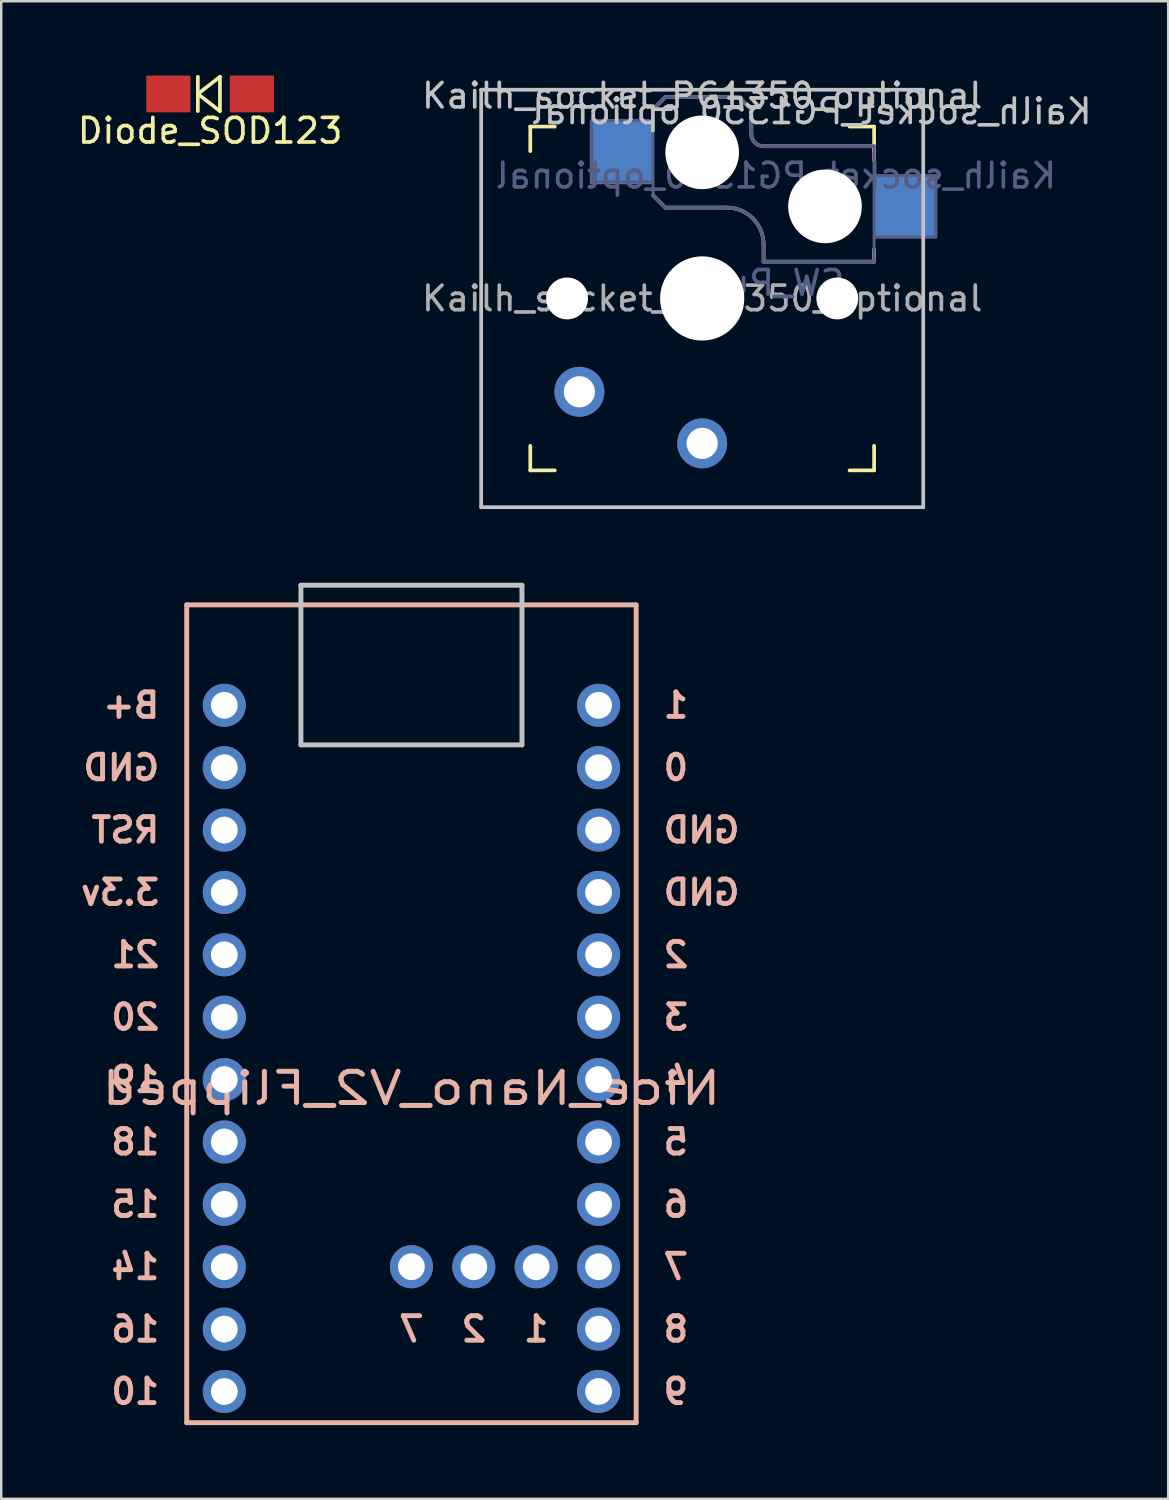
<source format=kicad_pcb>
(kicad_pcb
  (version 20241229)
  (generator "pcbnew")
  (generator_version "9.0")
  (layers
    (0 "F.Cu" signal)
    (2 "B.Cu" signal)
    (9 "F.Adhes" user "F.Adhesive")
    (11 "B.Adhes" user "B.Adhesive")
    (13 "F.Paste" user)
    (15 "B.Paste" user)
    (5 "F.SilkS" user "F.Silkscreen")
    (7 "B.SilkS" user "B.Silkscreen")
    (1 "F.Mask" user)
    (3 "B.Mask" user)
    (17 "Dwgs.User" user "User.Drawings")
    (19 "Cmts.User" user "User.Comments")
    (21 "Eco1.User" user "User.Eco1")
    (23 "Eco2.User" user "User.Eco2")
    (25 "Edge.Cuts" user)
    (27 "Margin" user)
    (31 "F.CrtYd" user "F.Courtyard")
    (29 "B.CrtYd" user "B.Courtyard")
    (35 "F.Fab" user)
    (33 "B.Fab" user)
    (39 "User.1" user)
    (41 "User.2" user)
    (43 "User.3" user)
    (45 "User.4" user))
  (footprint "Diode_SOD123"
    (placed yes)
    (layer "F.Cu")
    (at 5.506 0.775)
    (property "Reference" "Diode_SOD123" (at 0 1.5 0) (layer "F.SilkS") (effects (font (size 1 1) (thickness 0.15))))
    (attr through_hole)
    (fp_line (start -0.5 -0.7) (end -0.5 0.7) (stroke (width 0.15) (type solid)) (layer "F.SilkS"))
    (fp_line (start -0.5 0) (end 0.4 -0.7) (stroke (width 0.15) (type solid)) (layer "F.SilkS"))
    (fp_line (start 0.4 -0.7) (end 0.4 0.7) (stroke (width 0.15) (type solid)) (layer "F.SilkS"))
    (fp_line (start 0.4 0.7) (end -0.5 0) (stroke (width 0.15) (type solid)) (layer "F.SilkS"))
    (pad "1" smd rect (at -1.7 0) (size 1.8 1.5) (layers "F.Cu" "F.Mask" "F.Paste"))
    (pad "2" smd rect (at 1.7 0) (size 1.8 1.5) (layers "F.Cu" "F.Mask" "F.Paste")))
  (footprint "Kailh_socket_PG1350_optional"
    (layer "F.Cu")
    (at 25.542 9.103)
    (property "Reference" "Kailh_socket_PG1350_optional" (at 0 -8.255 0) (layer "Dwgs.User") (effects (font (size 1 1) (thickness 0.15))))
    (property "Value" "SW_Push" (at 0 8.25 0) (layer "F.Fab") (hide yes) (effects (font (size 1 1) (thickness 0.15))))
    (attr through_hole)
    (fp_line (start -7 -6) (end -7 -7) (stroke (width 0.15) (type solid)) (layer "F.SilkS"))
    (fp_line (start -7 7) (end -7 6) (stroke (width 0.15) (type solid)) (layer "F.SilkS"))
    (fp_line (start -7 7) (end -6 7) (stroke (width 0.15) (type solid)) (layer "F.SilkS"))
    (fp_line (start -6 -7) (end -7 -7) (stroke (width 0.15) (type solid)) (layer "F.SilkS"))
    (fp_line (start 6 7) (end 7 7) (stroke (width 0.15) (type solid)) (layer "F.SilkS"))
    (fp_line (start 7 -7) (end 6 -7) (stroke (width 0.15) (type solid)) (layer "F.SilkS"))
    (fp_line (start 7 -7) (end 7 -6) (stroke (width 0.15) (type solid)) (layer "F.SilkS"))
    (fp_line (start 7 6) (end 7 7) (stroke (width 0.15) (type solid)) (layer "F.SilkS"))
    (fp_line (start -2 -7.7) (end -1.5 -8.2) (stroke (width 0.15) (type solid)) (layer "B.SilkS"))
    (fp_line (start -2 -4.2) (end -1.5 -3.7) (stroke (width 0.15) (type solid)) (layer "B.SilkS"))
    (fp_line (start -1.5 -8.2) (end 1.5 -8.2) (stroke (width 0.15) (type solid)) (layer "B.SilkS"))
    (fp_line (start -1.5 -3.7) (end 1 -3.7) (stroke (width 0.15) (type solid)) (layer "B.SilkS"))
    (fp_line (start 1.5 -8.2) (end 2 -7.7) (stroke (width 0.15) (type solid)) (layer "B.SilkS"))
    (fp_line (start 2 -6.7) (end 2 -7.7) (stroke (width 0.15) (type solid)) (layer "B.SilkS"))
    (fp_line (start 2.5 -2.2) (end 2.5 -1.5) (stroke (width 0.15) (type solid)) (layer "B.SilkS"))
    (fp_line (start 2.5 -1.5) (end 7 -1.5) (stroke (width 0.15) (type solid)) (layer "B.SilkS"))
    (fp_line (start 7 -6.2) (end 2.5 -6.2) (stroke (width 0.15) (type solid)) (layer "B.SilkS"))
    (fp_line (start 7 -5.6) (end 7 -6.2) (stroke (width 0.15) (type solid)) (layer "B.SilkS"))
    (fp_line (start 7 -1.5) (end 7 -2) (stroke (width 0.15) (type solid)) (layer "B.SilkS"))
    (fp_arc (start 1 -3.7) (mid 2.06066 -3.26066) (end 2.5 -2.2) (stroke (width 0.15) (type solid)) (layer "B.SilkS"))
    (fp_arc (start 2.5 -6.2) (mid 2.146447 -6.346447) (end 2 -6.7) (stroke (width 0.15) (type solid)) (layer "B.SilkS"))
    (fp_line (start -9 -8.5) (end 9 -8.5) (stroke (width 0.152) (type solid)) (layer "Dwgs.User"))
    (fp_line (start -9 8.5) (end -9 -8.5) (stroke (width 0.152) (type solid)) (layer "Dwgs.User"))
    (fp_line (start 9 -8.5) (end 9 8.5) (stroke (width 0.152) (type solid)) (layer "Dwgs.User"))
    (fp_line (start 9 8.5) (end -9 8.5) (stroke (width 0.152) (type solid)) (layer "Dwgs.User"))
    (fp_line (start -6.9 6.9) (end -6.9 -6.9) (stroke (width 0.15) (type solid)) (layer "Eco2.User"))
    (fp_line (start -6.9 6.9) (end 6.9 6.9) (stroke (width 0.15) (type solid)) (layer "Eco2.User"))
    (fp_line (start -2.6 -3.1) (end -2.6 -6.3) (stroke (width 0.15) (type solid)) (layer "Eco2.User"))
    (fp_line (start -2.6 -3.1) (end 2.6 -3.1) (stroke (width 0.15) (type solid)) (layer "Eco2.User"))
    (fp_line (start 2.6 -6.3) (end -2.6 -6.3) (stroke (width 0.15) (type solid)) (layer "Eco2.User"))
    (fp_line (start 2.6 -3.1) (end 2.6 -6.3) (stroke (width 0.15) (type solid)) (layer "Eco2.User"))
    (fp_line (start 6.9 -6.9) (end -6.9 -6.9) (stroke (width 0.15) (type solid)) (layer "Eco2.User"))
    (fp_line (start 6.9 -6.9) (end 6.9 6.9) (stroke (width 0.15) (type solid)) (layer "Eco2.User"))
    (fp_line (start -4.5 -7.25) (end -2 -7.25) (stroke (width 0.12) (type solid)) (layer "B.Fab"))
    (fp_line (start -4.5 -4.75) (end -4.5 -7.25) (stroke (width 0.12) (type solid)) (layer "B.Fab"))
    (fp_line (start -2 -7.7) (end -1.5 -8.2) (stroke (width 0.15) (type solid)) (layer "B.Fab"))
    (fp_line (start -2 -4.75) (end -4.5 -4.75) (stroke (width 0.12) (type solid)) (layer "B.Fab"))
    (fp_line (start -2 -4.25) (end -2 -7.7) (stroke (width 0.12) (type solid)) (layer "B.Fab"))
    (fp_line (start -2 -4.2) (end -1.5 -3.7) (stroke (width 0.15) (type solid)) (layer "B.Fab"))
    (fp_line (start -1.5 -8.2) (end 1.5 -8.2) (stroke (width 0.15) (type solid)) (layer "B.Fab"))
    (fp_line (start -1.5 -3.7) (end 1 -3.7) (stroke (width 0.15) (type solid)) (layer "B.Fab"))
    (fp_line (start 1.5 -8.2) (end 2 -7.7) (stroke (width 0.15) (type solid)) (layer "B.Fab"))
    (fp_line (start 2 -6.7) (end 2 -7.7) (stroke (width 0.15) (type solid)) (layer "B.Fab"))
    (fp_line (start 2.5 -2.2) (end 2.5 -1.5) (stroke (width 0.15) (type solid)) (layer "B.Fab"))
    (fp_line (start 2.5 -1.5) (end 7 -1.5) (stroke (width 0.15) (type solid)) (layer "B.Fab"))
    (fp_line (start 7 -6.2) (end 2.5 -6.2) (stroke (width 0.15) (type solid)) (layer "B.Fab"))
    (fp_line (start 7 -5) (end 9.5 -5) (stroke (width 0.12) (type solid)) (layer "B.Fab"))
    (fp_line (start 7 -1.5) (end 7 -6.2) (stroke (width 0.12) (type solid)) (layer "B.Fab"))
    (fp_line (start 9.5 -5) (end 9.5 -2.5) (stroke (width 0.12) (type solid)) (layer "B.Fab"))
    (fp_line (start 9.5 -2.5) (end 7 -2.5) (stroke (width 0.12) (type solid)) (layer "B.Fab"))
    (fp_arc (start 1 -3.7) (mid 2.06066 -3.26066) (end 2.5 -2.2) (stroke (width 0.15) (type solid)) (layer "B.Fab"))
    (fp_arc (start 2.5 -6.2) (mid 2.146447 -6.346447) (end 2 -6.7) (stroke (width 0.15) (type solid)) (layer "B.Fab"))
    (fp_text user "${REFERENCE}" (at 4.445 -7.62 0) (layer "Dwgs.User") (effects (font (size 1 1) (thickness 0.15)) (justify mirror)))
    (fp_text user "${REFERENCE}" (at 3 -5 180) (layer "B.Fab") (effects (font (size 1 1) (thickness 0.15)) (justify mirror)))
    (fp_text user "${VALUE}" (at 2.54 -0.635 0) (layer "B.Fab") (effects (font (size 1 1) (thickness 0.15)) (justify mirror)))
    (fp_text user "${REFERENCE}" (at 0 0 0) (layer "F.Fab") (effects (font (size 1 1) (thickness 0.15))))
    (pad "" np_thru_hole circle (at -5.5 0) (size 1.702 1.702) (drill 1.702) (layers "*.Cu" "*.Mask"))
    (pad "" np_thru_hole circle (at 0 -5.95) (size 3 3) (drill 3) (layers "*.Cu" "*.Mask"))
    (pad "" np_thru_hole circle (at 0 0) (size 3.429 3.429) (drill 3.429) (layers "*.Cu" "*.Mask"))
    (pad "" np_thru_hole circle (at 5 -3.75) (size 3 3) (drill 3) (layers "*.Cu" "*.Mask"))
    (pad "" np_thru_hole circle (at 5.5 0) (size 1.702 1.702) (drill 1.702) (layers "*.Cu" "*.Mask"))
    (pad "1" smd rect (at -3.275 -5.95) (size 2.6 2.6) (layers "B.Cu" "B.Mask" "B.Paste"))
    (pad "1" thru_hole circle (at 0 5.9) (size 2.032 2.032) (drill 1.27) (layers "*.Cu" "*.Mask"))
    (pad "2" thru_hole circle (at -5 3.8) (size 2.032 2.032) (drill 1.27) (layers "*.Cu" "*.Mask"))
    (pad "2" smd rect (at 8.275 -3.75) (size 2.6 2.6) (layers "B.Cu" "B.Mask" "B.Paste")))
  (footprint "Nice_Nano_V2_Flipped"
    (layer "F.Cu")
    (at 13.703 39.639)
    (property "Reference" "Nice_Nano_V2_Flipped" (at 0 1.625 0) (layer "B.SilkS") (effects (font (size 1.27 1.524) (thickness 0.203)) (justify mirror)))
    (attr through_hole)
    (fp_line (start -9.15 15.24) (end -9.15 -18.06) (stroke (width 0.2) (type default)) (layer "B.SilkS"))
    (fp_line (start 9.15 -18.06) (end -9.15 -18.06) (stroke (width 0.2) (type solid)) (layer "B.SilkS"))
    (fp_line (start 9.15 15.24) (end -9.15 15.24) (stroke (width 0.2) (type solid)) (layer "B.SilkS"))
    (fp_line (start 9.15 15.24) (end 9.15 -18.06) (stroke (width 0.2) (type default)) (layer "B.SilkS"))
    (fp_line (start -4.5 -18.86) (end 4.5 -18.86) (stroke (width 0.2) (type default)) (layer "Dwgs.User"))
    (fp_line (start -4.5 -12.36) (end -4.5 -18.86) (stroke (width 0.2) (type default)) (layer "Dwgs.User"))
    (fp_line (start -4.5 -12.36) (end 4.5 -12.36) (stroke (width 0.2) (type default)) (layer "Dwgs.User"))
    (fp_line (start 4.5 -12.36) (end 4.5 -18.86) (stroke (width 0.2) (type default)) (layer "Dwgs.User"))
    (fp_text user "8" (at 10.16 11.43 0) (unlocked yes) (layer "B.SilkS") (effects (font (size 1 1) (thickness 0.2) (bold yes)) (justify right mirror)))
    (fp_text user "2" (at 2.54 11.43 0) (unlocked yes) (layer "B.SilkS") (effects (font (size 1 1) (thickness 0.2) (bold yes)) (justify mirror)))
    (fp_text user "7" (at 10.16 8.89 0) (unlocked yes) (layer "B.SilkS") (effects (font (size 1 1) (thickness 0.2) (bold yes)) (justify right mirror)))
    (fp_text user "5" (at 10.16 3.81 0) (unlocked yes) (layer "B.SilkS") (effects (font (size 1 1) (thickness 0.2) (bold yes)) (justify right mirror)))
    (fp_text user "9" (at 10.16 13.97 0) (unlocked yes) (layer "B.SilkS") (effects (font (size 1 1) (thickness 0.2) (bold yes)) (justify right mirror)))
    (fp_text user "19" (at -10.16 1.27 0) (unlocked yes) (layer "B.SilkS") (effects (font (size 1 1) (thickness 0.2) (bold yes)) (justify left mirror)))
    (fp_text user "10" (at -10.16 13.97 0) (unlocked yes) (layer "B.SilkS") (effects (font (size 1 1) (thickness 0.2) (bold yes)) (justify left mirror)))
    (fp_text user "14" (at -10.16 8.89 0) (unlocked yes) (layer "B.SilkS") (effects (font (size 1 1) (thickness 0.2) (bold yes)) (justify left mirror)))
    (fp_text user "B+" (at -10.16 -13.97 0) (unlocked yes) (layer "B.SilkS") (effects (font (size 1 1) (thickness 0.2) (bold yes)) (justify left mirror)))
    (fp_text user "21" (at -10.16 -3.81 0) (unlocked yes) (layer "B.SilkS") (effects (font (size 1 1) (thickness 0.2) (bold yes)) (justify left mirror)))
    (fp_text user "3.3v" (at -10.16 -6.35 0) (unlocked yes) (layer "B.SilkS") (effects (font (size 1 1) (thickness 0.2) (bold yes)) (justify left mirror)))
    (fp_text user "3" (at 10.16 -1.27 0) (unlocked yes) (layer "B.SilkS") (effects (font (size 1 1) (thickness 0.2) (bold yes)) (justify right mirror)))
    (fp_text user "0" (at 10.16 -11.43 0) (unlocked yes) (layer "B.SilkS") (effects (font (size 1 1) (thickness 0.2) (bold yes)) (justify right mirror)))
    (fp_text user "18" (at -10.16 3.81 0) (unlocked yes) (layer "B.SilkS") (effects (font (size 1 1) (thickness 0.2) (bold yes)) (justify left mirror)))
    (fp_text user "6" (at 10.16 6.35 0) (unlocked yes) (layer "B.SilkS") (effects (font (size 1 1) (thickness 0.2) (bold yes)) (justify right mirror)))
    (fp_text user "4" (at 10.16 1.27 0) (unlocked yes) (layer "B.SilkS") (effects (font (size 1 1) (thickness 0.2) (bold yes)) (justify right mirror)))
    (fp_text user "GND" (at -10.16 -11.43 0) (unlocked yes) (layer "B.SilkS") (effects (font (size 1 1) (thickness 0.2) (bold yes)) (justify left mirror)))
    (fp_text user "15" (at -10.16 6.35 0) (unlocked yes) (layer "B.SilkS") (effects (font (size 1 1) (thickness 0.2) (bold yes)) (justify left mirror)))
    (fp_text user "RST" (at -10.16 -8.89 0) (unlocked yes) (layer "B.SilkS") (effects (font (size 1 1) (thickness 0.2) (bold yes)) (justify left mirror)))
    (fp_text user "GND" (at 10.16 -6.35 0) (unlocked yes) (layer "B.SilkS") (effects (font (size 1 1) (thickness 0.2) (bold yes)) (justify right mirror)))
    (fp_text user "1" (at 10.16 -13.97 0) (unlocked yes) (layer "B.SilkS") (effects (font (size 1 1) (thickness 0.2) (bold yes)) (justify right mirror)))
    (fp_text user "20" (at -10.16 -1.27 0) (unlocked yes) (layer "B.SilkS") (effects (font (size 1 1) (thickness 0.2) (bold yes)) (justify left mirror)))
    (fp_text user "GND" (at 10.16 -8.89 0) (unlocked yes) (layer "B.SilkS") (effects (font (size 1 1) (thickness 0.2) (bold yes)) (justify right mirror)))
    (fp_text user "16" (at -10.16 11.43 0) (unlocked yes) (layer "B.SilkS") (effects (font (size 1 1) (thickness 0.2) (bold yes)) (justify left mirror)))
    (fp_text user "2" (at 10.16 -3.81 0) (unlocked yes) (layer "B.SilkS") (effects (font (size 1 1) (thickness 0.2) (bold yes)) (justify right mirror)))
    (fp_text user "7" (at 0 11.43 0) (unlocked yes) (layer "B.SilkS") (effects (font (size 1 1) (thickness 0.2) (bold yes)) (justify mirror)))
    (fp_text user "1" (at 5.08 11.43 0) (unlocked yes) (layer "B.SilkS") (effects (font (size 1 1) (thickness 0.2) (bold yes)) (justify mirror)))
    (pad "1" thru_hole circle (at 7.62 -13.97 90) (size 1.753 1.753) (drill 1.092) (layers "*.Cu" "*.Mask"))
    (pad "2" thru_hole circle (at 7.62 -11.43 90) (size 1.753 1.753) (drill 1.092) (layers "*.Cu" "*.Mask"))
    (pad "3" thru_hole circle (at 7.62 -8.89 90) (size 1.753 1.753) (drill 1.092) (layers "*.Cu" "*.Mask"))
    (pad "4" thru_hole circle (at 7.62 -6.35 90) (size 1.753 1.753) (drill 1.092) (layers "*.Cu" "*.Mask"))
    (pad "5" thru_hole circle (at 7.62 -3.81 90) (size 1.753 1.753) (drill 1.092) (layers "*.Cu" "*.Mask"))
    (pad "6" thru_hole circle (at 7.62 -1.27 90) (size 1.753 1.753) (drill 1.092) (layers "*.Cu" "*.Mask"))
    (pad "7" thru_hole circle (at 7.62 1.27 90) (size 1.753 1.753) (drill 1.092) (layers "*.Cu" "*.Mask"))
    (pad "8" thru_hole circle (at 7.62 3.81 90) (size 1.753 1.753) (drill 1.092) (layers "*.Cu" "*.Mask"))
    (pad "9" thru_hole circle (at 7.62 6.35 90) (size 1.753 1.753) (drill 1.092) (layers "*.Cu" "*.Mask"))
    (pad "10" thru_hole circle (at 7.62 8.89 90) (size 1.753 1.753) (drill 1.092) (layers "*.Cu" "*.Mask"))
    (pad "11" thru_hole circle (at 7.62 11.43 90) (size 1.753 1.753) (drill 1.092) (layers "*.Cu" "*.Mask"))
    (pad "12" thru_hole circle (at 7.62 13.97 90) (size 1.753 1.753) (drill 1.092) (layers "*.Cu" "*.Mask"))
    (pad "13" thru_hole circle (at -7.62 13.97 90) (size 1.753 1.753) (drill 1.092) (layers "*.Cu" "*.Mask"))
    (pad "14" thru_hole circle (at -7.62 11.43 90) (size 1.753 1.753) (drill 1.092) (layers "*.Cu" "*.Mask"))
    (pad "15" thru_hole circle (at -7.62 8.89 90) (size 1.753 1.753) (drill 1.092) (layers "*.Cu" "*.Mask"))
    (pad "16" thru_hole circle (at -7.62 6.35 90) (size 1.753 1.753) (drill 1.092) (layers "*.Cu" "*.Mask"))
    (pad "17" thru_hole circle (at -7.62 3.81 90) (size 1.753 1.753) (drill 1.092) (layers "*.Cu" "*.Mask"))
    (pad "18" thru_hole circle (at -7.62 1.27 90) (size 1.753 1.753) (drill 1.092) (layers "*.Cu" "*.Mask"))
    (pad "19" thru_hole circle (at -7.62 -1.27 90) (size 1.753 1.753) (drill 1.092) (layers "*.Cu" "*.Mask"))
    (pad "20" thru_hole circle (at -7.62 -3.81 90) (size 1.753 1.753) (drill 1.092) (layers "*.Cu" "*.Mask"))
    (pad "21" thru_hole circle (at -7.62 -6.35 90) (size 1.753 1.753) (drill 1.092) (layers "*.Cu" "*.Mask"))
    (pad "22" thru_hole circle (at -7.62 -8.89 90) (size 1.753 1.753) (drill 1.092) (layers "*.Cu" "*.Mask"))
    (pad "23" thru_hole circle (at -7.62 -11.43 90) (size 1.753 1.753) (drill 1.092) (layers "*.Cu" "*.Mask"))
    (pad "24" thru_hole circle (at -7.62 -13.97 90) (size 1.753 1.753) (drill 1.092) (layers "*.Cu" "*.Mask"))
    (pad "25" thru_hole circle (at 5.08 8.89) (size 1.753 1.753) (drill 1.092) (layers "*.Cu" "*.Mask"))
    (pad "26" thru_hole circle (at 2.54 8.89) (size 1.753 1.753) (drill 1.092) (layers "*.Cu" "*.Mask"))
    (pad "27" thru_hole circle (at 0 8.89) (size 1.753 1.753) (drill 1.092) (layers "*.Cu" "*.Mask")))
  (gr_rect
    (start -3 -3)
    (end 44.516 57.979)
    (stroke (width 0.1) (type default))
    (fill no)
    (layer "Edge.Cuts")))
</source>
